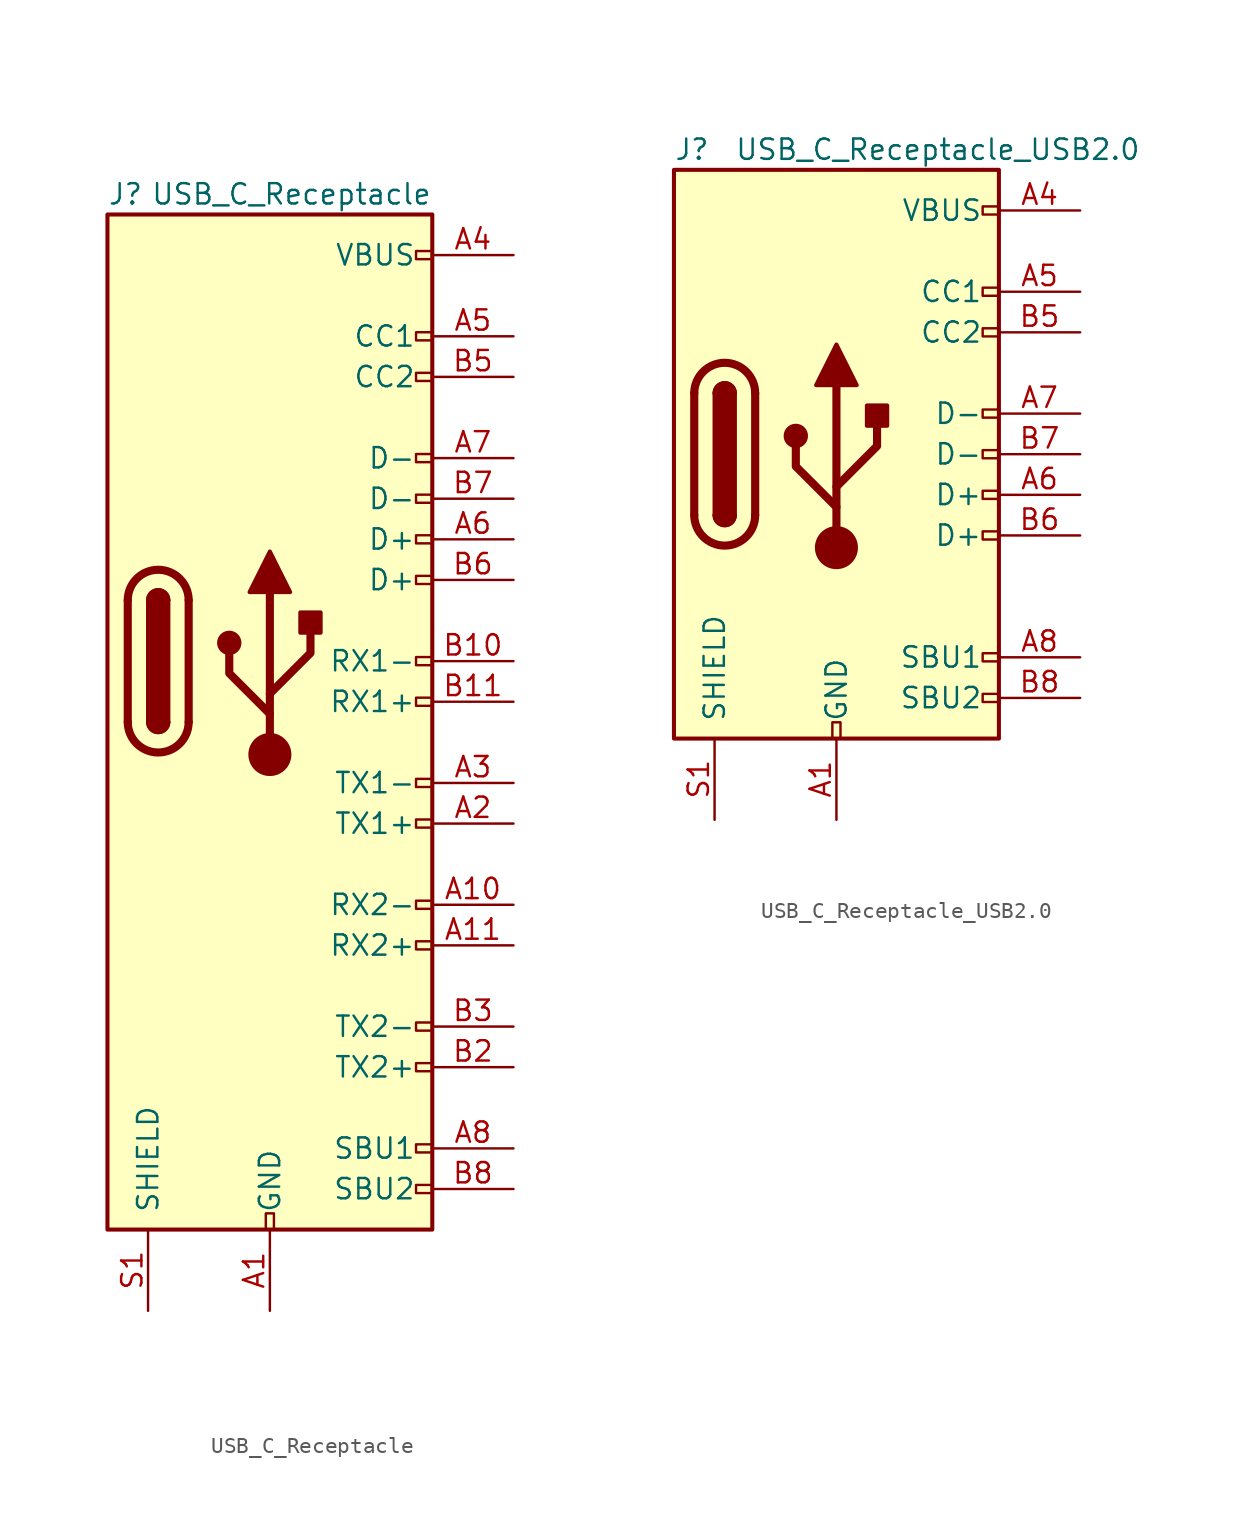
<source format=kicad_sym>
(kicad_symbol_lib
  (version 20211014)
  (generator kicad_symbol_editor)
  (symbol "USB_C_Receptacle"
    (pin_names
      (offset 1.016))
    (property "Reference" "J"
      (at -10.16 29.21 0)
      (effects (font (size 1.27 1.27)) (justify left)))
    (property "Value" "USB_C_Receptacle"
      (at 10.16 29.21 0)
      (effects (font (size 1.27 1.27)) (justify right)))
    (symbol "USB_C_Receptacle_0_0"
      (rectangle (start -0.254 -35.56) (end 0.254 -34.544) (stroke (width 0) (type default) (color 0 0 0 0)) (fill (type none)))
      (rectangle (start 10.16 -32.766) (end 9.144 -33.274) (stroke (width 0) (type default) (color 0 0 0 0)) (fill (type none)))
      (rectangle (start 10.16 -30.226) (end 9.144 -30.734) (stroke (width 0) (type default) (color 0 0 0 0)) (fill (type none)))
      (rectangle (start 10.16 -25.146) (end 9.144 -25.654) (stroke (width 0) (type default) (color 0 0 0 0)) (fill (type none)))
      (rectangle (start 10.16 -22.606) (end 9.144 -23.114) (stroke (width 0) (type default) (color 0 0 0 0)) (fill (type none)))
      (rectangle (start 10.16 -17.526) (end 9.144 -18.034) (stroke (width 0) (type default) (color 0 0 0 0)) (fill (type none)))
      (rectangle (start 10.16 -14.986) (end 9.144 -15.494) (stroke (width 0) (type default) (color 0 0 0 0)) (fill (type none)))
      (rectangle (start 10.16 -9.906) (end 9.144 -10.414) (stroke (width 0) (type default) (color 0 0 0 0)) (fill (type none)))
      (rectangle (start 10.16 -7.366) (end 9.144 -7.874) (stroke (width 0) (type default) (color 0 0 0 0)) (fill (type none)))
      (rectangle (start 10.16 -2.286) (end 9.144 -2.794) (stroke (width 0) (type default) (color 0 0 0 0)) (fill (type none)))
      (rectangle (start 10.16 0.254) (end 9.144 -0.254) (stroke (width 0) (type default) (color 0 0 0 0)) (fill (type none)))
      (rectangle (start 10.16 5.334) (end 9.144 4.826) (stroke (width 0) (type default) (color 0 0 0 0)) (fill (type none)))
      (rectangle (start 10.16 7.874) (end 9.144 7.366) (stroke (width 0) (type default) (color 0 0 0 0)) (fill (type none)))
      (rectangle (start 10.16 10.414) (end 9.144 9.906) (stroke (width 0) (type default) (color 0 0 0 0)) (fill (type none)))
      (rectangle (start 10.16 12.954) (end 9.144 12.446) (stroke (width 0) (type default) (color 0 0 0 0)) (fill (type none)))
      (rectangle (start 10.16 18.034) (end 9.144 17.526) (stroke (width 0) (type default) (color 0 0 0 0)) (fill (type none)))
      (rectangle (start 10.16 20.574) (end 9.144 20.066) (stroke (width 0) (type default) (color 0 0 0 0)) (fill (type none)))
      (rectangle (start 10.16 25.654) (end 9.144 25.146) (stroke (width 0) (type default) (color 0 0 0 0)) (fill (type none))))
    (symbol "USB_C_Receptacle_0_1"
      (rectangle (start -10.16 27.94) (end 10.16 -35.56) (stroke (width 0.254) (type default) (color 0 0 0 0)) (fill (type background)))
      (arc (start -8.89 -3.81) (mid -6.985 -5.715) (end -5.08 -3.81) (stroke (width 0.508) (type default) (color 0 0 0 0)) (fill (type none)))
      (arc (start -7.62 -3.81) (mid -6.985 -4.445) (end -6.35 -3.81) (stroke (width 0.254) (type default) (color 0 0 0 0)) (fill (type none)))
      (arc (start -7.62 -3.81) (mid -6.985 -4.445) (end -6.35 -3.81) (stroke (width 0.254) (type default) (color 0 0 0 0)) (fill (type outline)))
      (rectangle (start -7.62 -3.81) (end -6.35 3.81) (stroke (width 0.254) (type default) (color 0 0 0 0)) (fill (type outline)))
      (arc (start -6.35 3.81) (mid -6.985 4.445) (end -7.62 3.81) (stroke (width 0.254) (type default) (color 0 0 0 0)) (fill (type none)))
      (arc (start -6.35 3.81) (mid -6.985 4.445) (end -7.62 3.81) (stroke (width 0.254) (type default) (color 0 0 0 0)) (fill (type outline)))
      (arc (start -5.08 3.81) (mid -6.985 5.715) (end -8.89 3.81) (stroke (width 0.508) (type default) (color 0 0 0 0)) (fill (type none)))
      (polyline (pts (xy -8.89 -3.81) (xy -8.89 3.81)) (stroke (width 0.508) (type default) (color 0 0 0 0)) (fill (type none)))
      (polyline (pts (xy -5.08 3.81) (xy -5.08 -3.81)) (stroke (width 0.508) (type default) (color 0 0 0 0)) (fill (type none))))
    (symbol "USB_C_Receptacle_1_1"
      (circle (center -2.54 1.143) (radius 0.635) (stroke (width 0.254) (type default) (color 0 0 0 0)) (fill (type outline)))
      (circle (center 0 -5.842) (radius 1.27) (stroke (width 0) (type default) (color 0 0 0 0)) (fill (type outline)))
      (polyline (pts (xy 0 -5.842) (xy 0 4.318)) (stroke (width 0.508) (type default) (color 0 0 0 0)) (fill (type none)))
      (polyline (pts (xy 0 -3.302) (xy -2.54 -0.762) (xy -2.54 0.508)) (stroke (width 0.508) (type default) (color 0 0 0 0)) (fill (type none)))
      (polyline (pts (xy 0 -2.032) (xy 2.54 0.508) (xy 2.54 1.778)) (stroke (width 0.508) (type default) (color 0 0 0 0)) (fill (type none)))
      (polyline (pts (xy -1.27 4.318) (xy 0 6.858) (xy 1.27 4.318) (xy -1.27 4.318)) (stroke (width 0.254) (type default) (color 0 0 0 0)) (fill (type outline)))
      (rectangle (start 1.905 1.778) (end 3.175 3.048) (stroke (width 0.254) (type default) (color 0 0 0 0)) (fill (type outline)))
      (pin passive line (at 0 -40.64 90) (length 5.08) (name "GND" (effects (font (size 1.27 1.27)))) (number "A1" (effects (font (size 1.27 1.27)))))
      (pin bidirectional line (at 15.24 -15.24 180) (length 5.08) (name "RX2-" (effects (font (size 1.27 1.27)))) (number "A10" (effects (font (size 1.27 1.27)))))
      (pin bidirectional line (at 15.24 -17.78 180) (length 5.08) (name "RX2+" (effects (font (size 1.27 1.27)))) (number "A11" (effects (font (size 1.27 1.27)))))
      (pin passive line (at 0 -40.64 90) (length 5.08) hide (name "GND" (effects (font (size 1.27 1.27)))) (number "A12" (effects (font (size 1.27 1.27)))))
      (pin bidirectional line (at 15.24 -10.16 180) (length 5.08) (name "TX1+" (effects (font (size 1.27 1.27)))) (number "A2" (effects (font (size 1.27 1.27)))))
      (pin bidirectional line (at 15.24 -7.62 180) (length 5.08) (name "TX1-" (effects (font (size 1.27 1.27)))) (number "A3" (effects (font (size 1.27 1.27)))))
      (pin passive line (at 15.24 25.4 180) (length 5.08) (name "VBUS" (effects (font (size 1.27 1.27)))) (number "A4" (effects (font (size 1.27 1.27)))))
      (pin bidirectional line (at 15.24 20.32 180) (length 5.08) (name "CC1" (effects (font (size 1.27 1.27)))) (number "A5" (effects (font (size 1.27 1.27)))))
      (pin bidirectional line (at 15.24 7.62 180) (length 5.08) (name "D+" (effects (font (size 1.27 1.27)))) (number "A6" (effects (font (size 1.27 1.27)))))
      (pin bidirectional line (at 15.24 12.7 180) (length 5.08) (name "D-" (effects (font (size 1.27 1.27)))) (number "A7" (effects (font (size 1.27 1.27)))))
      (pin bidirectional line (at 15.24 -30.48 180) (length 5.08) (name "SBU1" (effects (font (size 1.27 1.27)))) (number "A8" (effects (font (size 1.27 1.27)))))
      (pin passive line (at 15.24 25.4 180) (length 5.08) hide (name "VBUS" (effects (font (size 1.27 1.27)))) (number "A9" (effects (font (size 1.27 1.27)))))
      (pin passive line (at 0 -40.64 90) (length 5.08) hide (name "GND" (effects (font (size 1.27 1.27)))) (number "B1" (effects (font (size 1.27 1.27)))))
      (pin bidirectional line (at 15.24 0 180) (length 5.08) (name "RX1-" (effects (font (size 1.27 1.27)))) (number "B10" (effects (font (size 1.27 1.27)))))
      (pin bidirectional line (at 15.24 -2.54 180) (length 5.08) (name "RX1+" (effects (font (size 1.27 1.27)))) (number "B11" (effects (font (size 1.27 1.27)))))
      (pin passive line (at 0 -40.64 90) (length 5.08) hide (name "GND" (effects (font (size 1.27 1.27)))) (number "B12" (effects (font (size 1.27 1.27)))))
      (pin bidirectional line (at 15.24 -25.4 180) (length 5.08) (name "TX2+" (effects (font (size 1.27 1.27)))) (number "B2" (effects (font (size 1.27 1.27)))))
      (pin bidirectional line (at 15.24 -22.86 180) (length 5.08) (name "TX2-" (effects (font (size 1.27 1.27)))) (number "B3" (effects (font (size 1.27 1.27)))))
      (pin passive line (at 15.24 25.4 180) (length 5.08) hide (name "VBUS" (effects (font (size 1.27 1.27)))) (number "B4" (effects (font (size 1.27 1.27)))))
      (pin bidirectional line (at 15.24 17.78 180) (length 5.08) (name "CC2" (effects (font (size 1.27 1.27)))) (number "B5" (effects (font (size 1.27 1.27)))))
      (pin bidirectional line (at 15.24 5.08 180) (length 5.08) (name "D+" (effects (font (size 1.27 1.27)))) (number "B6" (effects (font (size 1.27 1.27)))))
      (pin bidirectional line (at 15.24 10.16 180) (length 5.08) (name "D-" (effects (font (size 1.27 1.27)))) (number "B7" (effects (font (size 1.27 1.27)))))
      (pin bidirectional line (at 15.24 -33.02 180) (length 5.08) (name "SBU2" (effects (font (size 1.27 1.27)))) (number "B8" (effects (font (size 1.27 1.27)))))
      (pin passive line (at 15.24 25.4 180) (length 5.08) hide (name "VBUS" (effects (font (size 1.27 1.27)))) (number "B9" (effects (font (size 1.27 1.27)))))
      (pin passive line (at -7.62 -40.64 90) (length 5.08) (name "SHIELD" (effects (font (size 1.27 1.27)))) (number "S1" (effects (font (size 1.27 1.27)))))))
  (symbol "USB_C_Receptacle_USB2.0"
    (pin_names
      (offset 1.016))
    (property "Reference" "J"
      (at -10.16 19.05 0)
      (effects (font (size 1.27 1.27)) (justify left)))
    (property "Value" "USB_C_Receptacle_USB2.0"
      (at 19.05 19.05 0)
      (effects (font (size 1.27 1.27)) (justify right)))
    (symbol "USB_C_Receptacle_USB2.0_0_0"
      (rectangle (start -0.254 -17.78) (end 0.254 -16.764) (stroke (width 0) (type default) (color 0 0 0 0)) (fill (type none)))
      (rectangle (start 10.16 -14.986) (end 9.144 -15.494) (stroke (width 0) (type default) (color 0 0 0 0)) (fill (type none)))
      (rectangle (start 10.16 -12.446) (end 9.144 -12.954) (stroke (width 0) (type default) (color 0 0 0 0)) (fill (type none)))
      (rectangle (start 10.16 -4.826) (end 9.144 -5.334) (stroke (width 0) (type default) (color 0 0 0 0)) (fill (type none)))
      (rectangle (start 10.16 -2.286) (end 9.144 -2.794) (stroke (width 0) (type default) (color 0 0 0 0)) (fill (type none)))
      (rectangle (start 10.16 0.254) (end 9.144 -0.254) (stroke (width 0) (type default) (color 0 0 0 0)) (fill (type none)))
      (rectangle (start 10.16 2.794) (end 9.144 2.286) (stroke (width 0) (type default) (color 0 0 0 0)) (fill (type none)))
      (rectangle (start 10.16 7.874) (end 9.144 7.366) (stroke (width 0) (type default) (color 0 0 0 0)) (fill (type none)))
      (rectangle (start 10.16 10.414) (end 9.144 9.906) (stroke (width 0) (type default) (color 0 0 0 0)) (fill (type none)))
      (rectangle (start 10.16 15.494) (end 9.144 14.986) (stroke (width 0) (type default) (color 0 0 0 0)) (fill (type none))))
    (symbol "USB_C_Receptacle_USB2.0_0_1"
      (rectangle (start -10.16 17.78) (end 10.16 -17.78) (stroke (width 0.254) (type default) (color 0 0 0 0)) (fill (type background)))
      (arc (start -8.89 -3.81) (mid -6.985 -5.715) (end -5.08 -3.81) (stroke (width 0.508) (type default) (color 0 0 0 0)) (fill (type none)))
      (arc (start -7.62 -3.81) (mid -6.985 -4.445) (end -6.35 -3.81) (stroke (width 0.254) (type default) (color 0 0 0 0)) (fill (type none)))
      (arc (start -7.62 -3.81) (mid -6.985 -4.445) (end -6.35 -3.81) (stroke (width 0.254) (type default) (color 0 0 0 0)) (fill (type outline)))
      (rectangle (start -7.62 -3.81) (end -6.35 3.81) (stroke (width 0.254) (type default) (color 0 0 0 0)) (fill (type outline)))
      (arc (start -6.35 3.81) (mid -6.985 4.445) (end -7.62 3.81) (stroke (width 0.254) (type default) (color 0 0 0 0)) (fill (type none)))
      (arc (start -6.35 3.81) (mid -6.985 4.445) (end -7.62 3.81) (stroke (width 0.254) (type default) (color 0 0 0 0)) (fill (type outline)))
      (arc (start -5.08 3.81) (mid -6.985 5.715) (end -8.89 3.81) (stroke (width 0.508) (type default) (color 0 0 0 0)) (fill (type none)))
      (circle (center -2.54 1.143) (radius 0.635) (stroke (width 0.254) (type default) (color 0 0 0 0)) (fill (type outline)))
      (circle (center 0 -5.842) (radius 1.27) (stroke (width 0) (type default) (color 0 0 0 0)) (fill (type outline)))
      (polyline (pts (xy -8.89 -3.81) (xy -8.89 3.81)) (stroke (width 0.508) (type default) (color 0 0 0 0)) (fill (type none)))
      (polyline (pts (xy -5.08 3.81) (xy -5.08 -3.81)) (stroke (width 0.508) (type default) (color 0 0 0 0)) (fill (type none)))
      (polyline (pts (xy 0 -5.842) (xy 0 4.318)) (stroke (width 0.508) (type default) (color 0 0 0 0)) (fill (type none)))
      (polyline (pts (xy 0 -3.302) (xy -2.54 -0.762) (xy -2.54 0.508)) (stroke (width 0.508) (type default) (color 0 0 0 0)) (fill (type none)))
      (polyline (pts (xy 0 -2.032) (xy 2.54 0.508) (xy 2.54 1.778)) (stroke (width 0.508) (type default) (color 0 0 0 0)) (fill (type none)))
      (polyline (pts (xy -1.27 4.318) (xy 0 6.858) (xy 1.27 4.318) (xy -1.27 4.318)) (stroke (width 0.254) (type default) (color 0 0 0 0)) (fill (type outline)))
      (rectangle (start 1.905 1.778) (end 3.175 3.048) (stroke (width 0.254) (type default) (color 0 0 0 0)) (fill (type outline))))
    (symbol "USB_C_Receptacle_USB2.0_1_1"
      (pin passive line (at 0 -22.86 90) (length 5.08) (name "GND" (effects (font (size 1.27 1.27)))) (number "A1" (effects (font (size 1.27 1.27)))))
      (pin passive line (at 0 -22.86 90) (length 5.08) hide (name "GND" (effects (font (size 1.27 1.27)))) (number "A12" (effects (font (size 1.27 1.27)))))
      (pin passive line (at 15.24 15.24 180) (length 5.08) (name "VBUS" (effects (font (size 1.27 1.27)))) (number "A4" (effects (font (size 1.27 1.27)))))
      (pin bidirectional line (at 15.24 10.16 180) (length 5.08) (name "CC1" (effects (font (size 1.27 1.27)))) (number "A5" (effects (font (size 1.27 1.27)))))
      (pin bidirectional line (at 15.24 -2.54 180) (length 5.08) (name "D+" (effects (font (size 1.27 1.27)))) (number "A6" (effects (font (size 1.27 1.27)))))
      (pin bidirectional line (at 15.24 2.54 180) (length 5.08) (name "D-" (effects (font (size 1.27 1.27)))) (number "A7" (effects (font (size 1.27 1.27)))))
      (pin bidirectional line (at 15.24 -12.7 180) (length 5.08) (name "SBU1" (effects (font (size 1.27 1.27)))) (number "A8" (effects (font (size 1.27 1.27)))))
      (pin passive line (at 15.24 15.24 180) (length 5.08) hide (name "VBUS" (effects (font (size 1.27 1.27)))) (number "A9" (effects (font (size 1.27 1.27)))))
      (pin passive line (at 0 -22.86 90) (length 5.08) hide (name "GND" (effects (font (size 1.27 1.27)))) (number "B1" (effects (font (size 1.27 1.27)))))
      (pin passive line (at 0 -22.86 90) (length 5.08) hide (name "GND" (effects (font (size 1.27 1.27)))) (number "B12" (effects (font (size 1.27 1.27)))))
      (pin passive line (at 15.24 15.24 180) (length 5.08) hide (name "VBUS" (effects (font (size 1.27 1.27)))) (number "B4" (effects (font (size 1.27 1.27)))))
      (pin bidirectional line (at 15.24 7.62 180) (length 5.08) (name "CC2" (effects (font (size 1.27 1.27)))) (number "B5" (effects (font (size 1.27 1.27)))))
      (pin bidirectional line (at 15.24 -5.08 180) (length 5.08) (name "D+" (effects (font (size 1.27 1.27)))) (number "B6" (effects (font (size 1.27 1.27)))))
      (pin bidirectional line (at 15.24 0 180) (length 5.08) (name "D-" (effects (font (size 1.27 1.27)))) (number "B7" (effects (font (size 1.27 1.27)))))
      (pin bidirectional line (at 15.24 -15.24 180) (length 5.08) (name "SBU2" (effects (font (size 1.27 1.27)))) (number "B8" (effects (font (size 1.27 1.27)))))
      (pin passive line (at 15.24 15.24 180) (length 5.08) hide (name "VBUS" (effects (font (size 1.27 1.27)))) (number "B9" (effects (font (size 1.27 1.27)))))
      (pin passive line (at -7.62 -22.86 90) (length 5.08) (name "SHIELD" (effects (font (size 1.27 1.27)))) (number "S1" (effects (font (size 1.27 1.27))))))))
</source>
